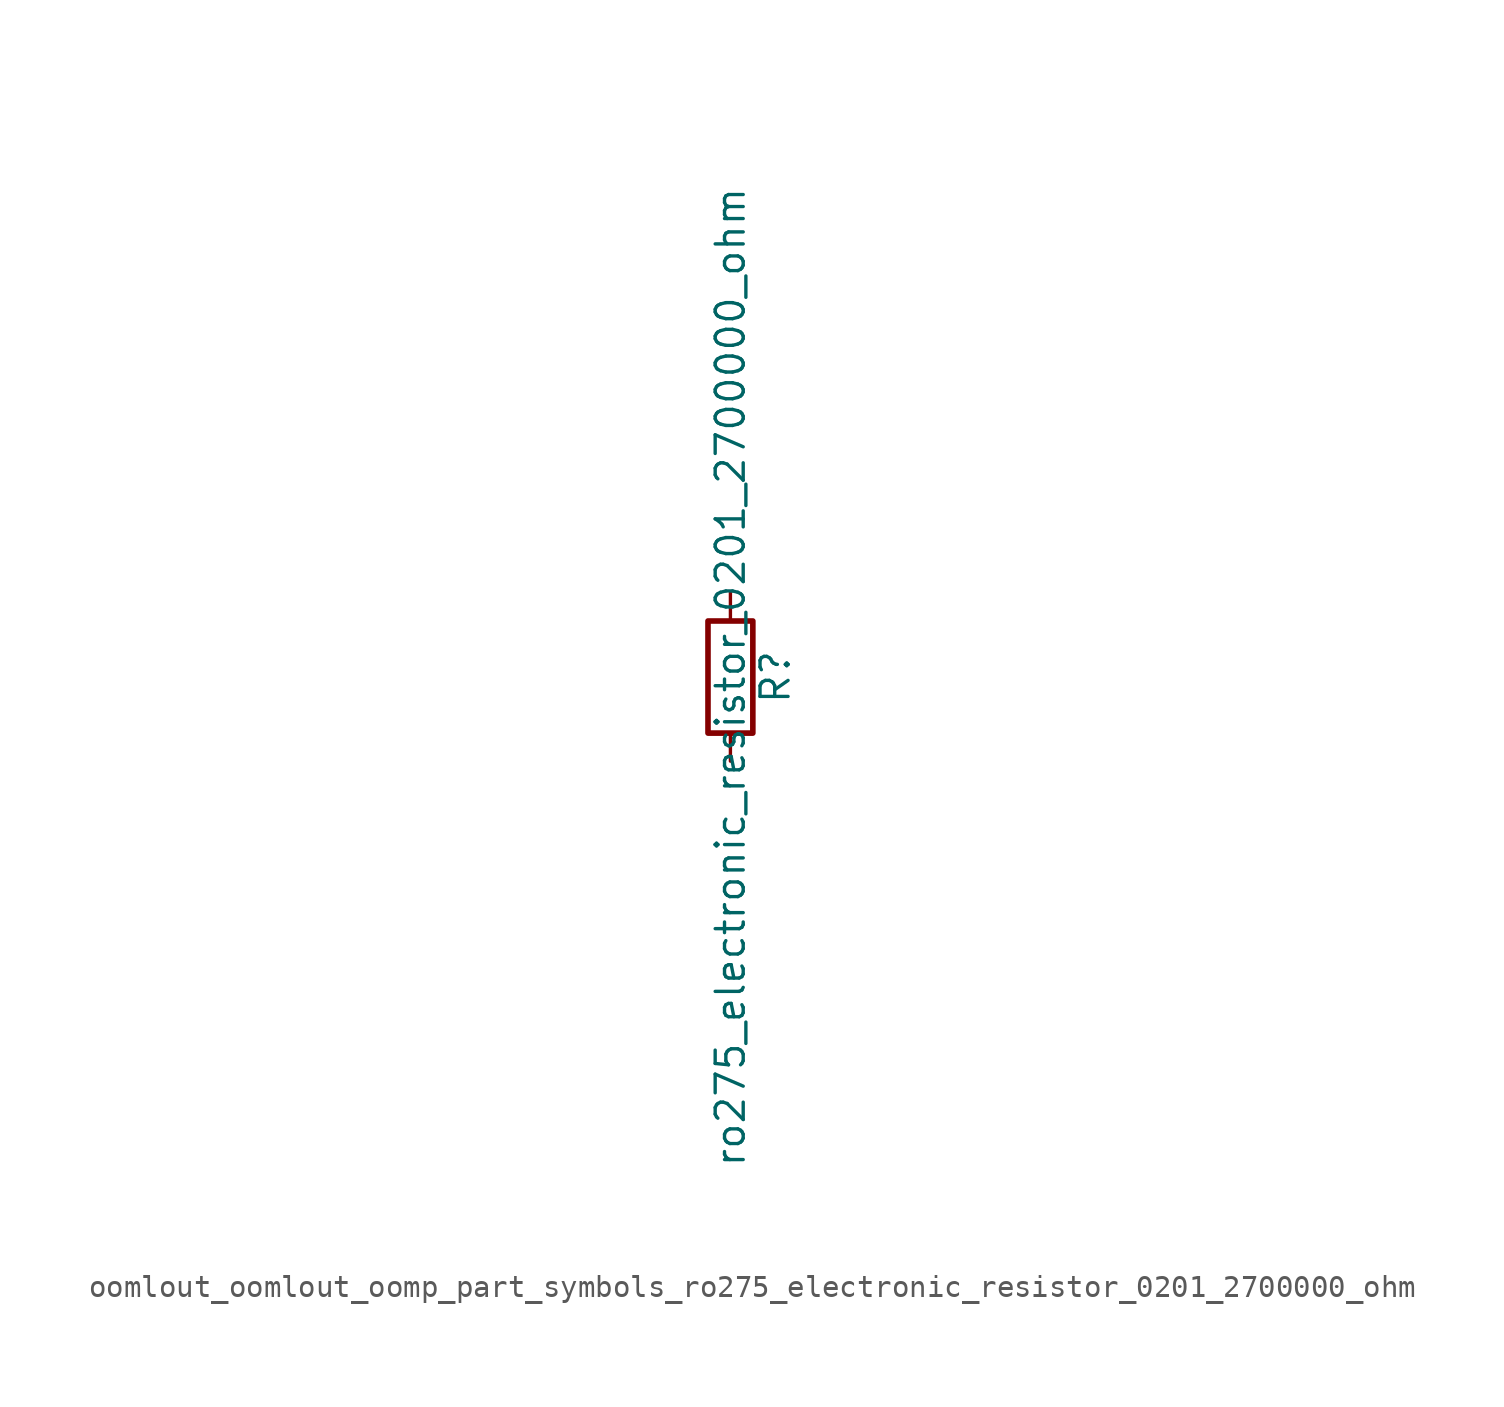
<source format=kicad_sym>
(kicad_symbol_lib
  (version 20220914)
  (generator kicad_symbol_editor)
  (symbol "oomlout_oomlout_oomp_part_symbols_ro275_electronic_resistor_0201_2700000_ohm"
    (pin_numbers hide)
    (pin_names
      (offset 0))
    (property "Reference" "R"
      (at 2.032 0 90)
      (effects (font (size 1.27 1.27))))
    (property "Value" "ro275_electronic_resistor_0201_2700000_ohm"
      (at 0 0 90)
      (effects (font (size 1.27 1.27))))
    (symbol "oomlout_oomlout_oomp_part_symbols_ro275_electronic_resistor_0201_2700000_ohm_0_1"
      (rectangle (start -1.016 -2.54) (end 1.016 2.54) (stroke (width 0.254) (type default)) (fill (type none))))
    (symbol "oomlout_oomlout_oomp_part_symbols_ro275_electronic_resistor_0201_2700000_ohm_1_1"
      (pin passive line (at 0 3.81 270) (length 1.27) (name "~" (effects (font (size 1.27 1.27)))) (number "1" (effects (font (size 1.27 1.27)))))
      (pin passive line (at 0 -3.81 90) (length 1.27) (name "~" (effects (font (size 1.27 1.27)))) (number "2" (effects (font (size 1.27 1.27))))))))
</source>
